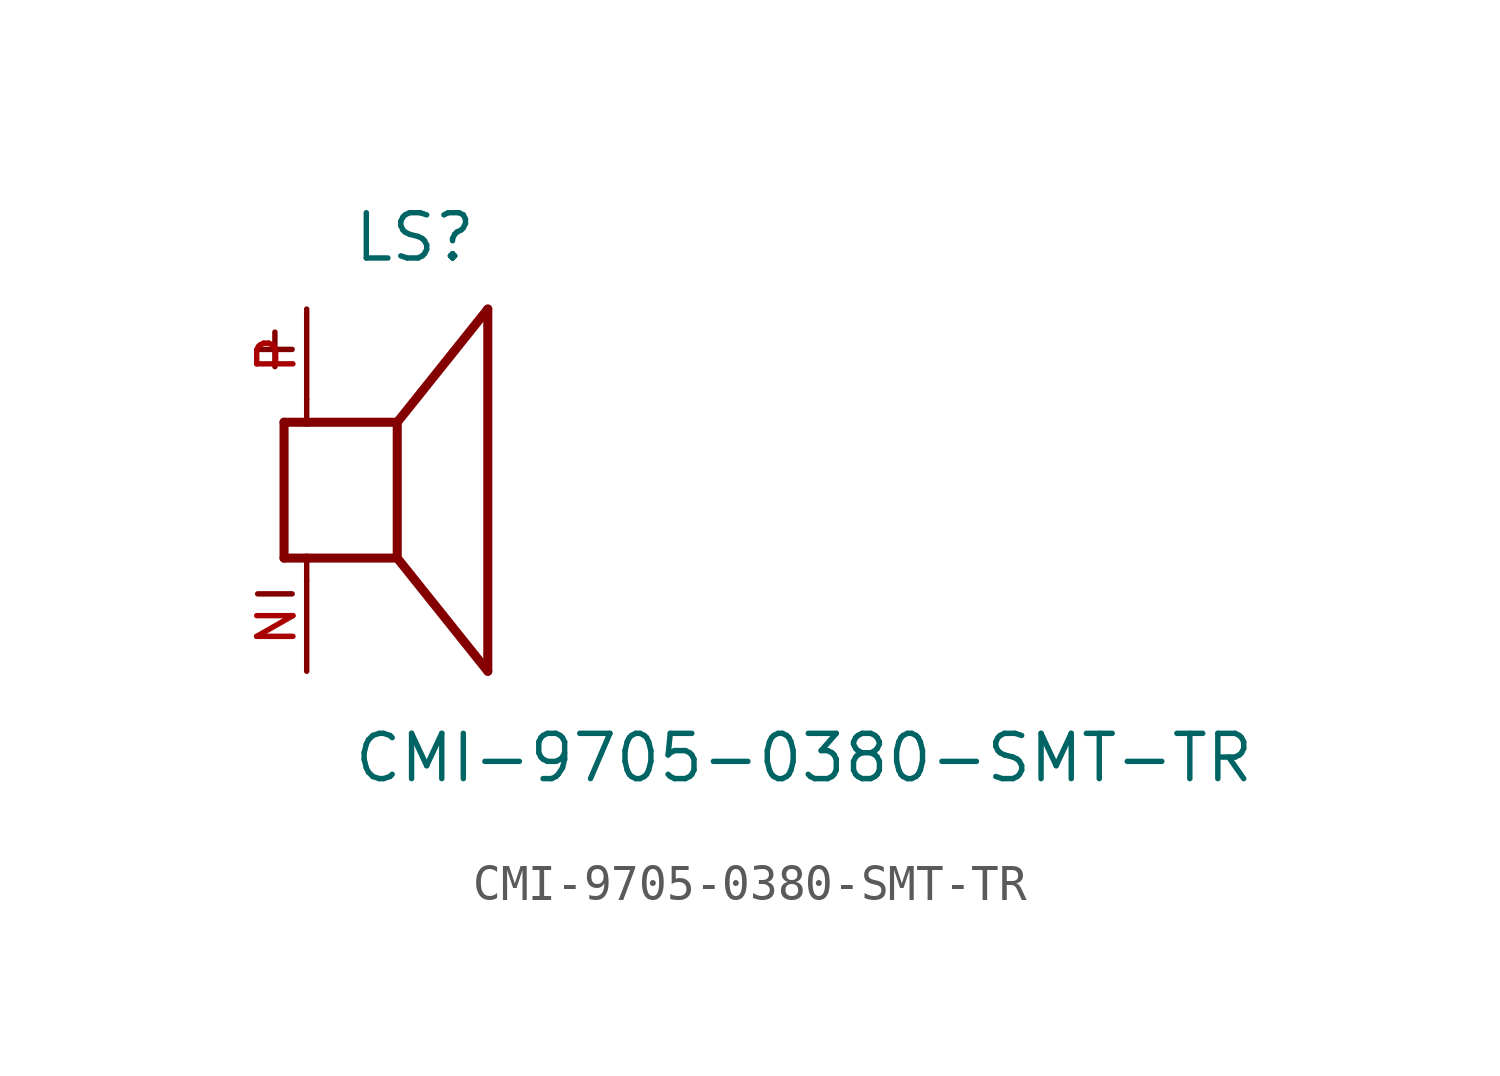
<source format=kicad_sym>
(kicad_symbol_lib
  (version 20211014)
  (generator kicad_symbol_editor)
  (symbol "CMI-9705-0380-SMT-TR"
    (pin_names
      (offset 1.016))
    (property "Reference" "LS"
      (at -1.27 6.35 0)
      (effects (font (size 1.27 1.27)) (justify bottom left)))
    (property "Value" "CMI-9705-0380-SMT-TR"
      (at -1.27 -8.255 0)
      (effects (font (size 1.27 1.27)) (justify bottom left)))
    (symbol "CMI-9705-0380-SMT-TR_0_0"
      (polyline (pts (xy -3.175 1.905) (xy -3.175 -1.905)) (stroke (width 0.254)))
      (polyline (pts (xy -3.175 -1.905) (xy -2.54 -1.905)) (stroke (width 0.254)))
      (polyline (pts (xy 0.0 -1.905) (xy 0.0 1.905)) (stroke (width 0.254)))
      (polyline (pts (xy -3.175 1.905) (xy -2.54 1.905)) (stroke (width 0.254)))
      (polyline (pts (xy 0.0 -1.905) (xy 2.54 -5.08)) (stroke (width 0.254)))
      (polyline (pts (xy 2.54 -5.08) (xy 2.54 5.08)) (stroke (width 0.254)))
      (polyline (pts (xy 0.0 1.905) (xy 2.54 5.08)) (stroke (width 0.254)))
      (polyline (pts (xy -2.54 -2.54) (xy -2.54 -1.905)) (stroke (width 0.152)))
      (polyline (pts (xy -2.54 -1.905) (xy 0.0 -1.905)) (stroke (width 0.254)))
      (polyline (pts (xy -2.54 2.54) (xy -2.54 1.905)) (stroke (width 0.152)))
      (polyline (pts (xy -2.54 1.905) (xy 0.0 1.905)) (stroke (width 0.254)))
      (text "+" (at -4.318 3.302 0) (effects (font (size 1.27 1.27)) (justify bottom left)))
      (text "-" (at -4.318 -3.556 0) (effects (font (size 1.27 1.27)) (justify bottom left)))
      (pin passive line (at -2.54 -5.08 90.0) (length 2.54) (name "~" (effects (font (size 1.016 1.016)))) (number "N" (effects (font (size 1.016 1.016)))))
      (pin passive line (at -2.54 5.08 270.0) (length 2.54) (name "~" (effects (font (size 1.016 1.016)))) (number "P" (effects (font (size 1.016 1.016))))))))
</source>
